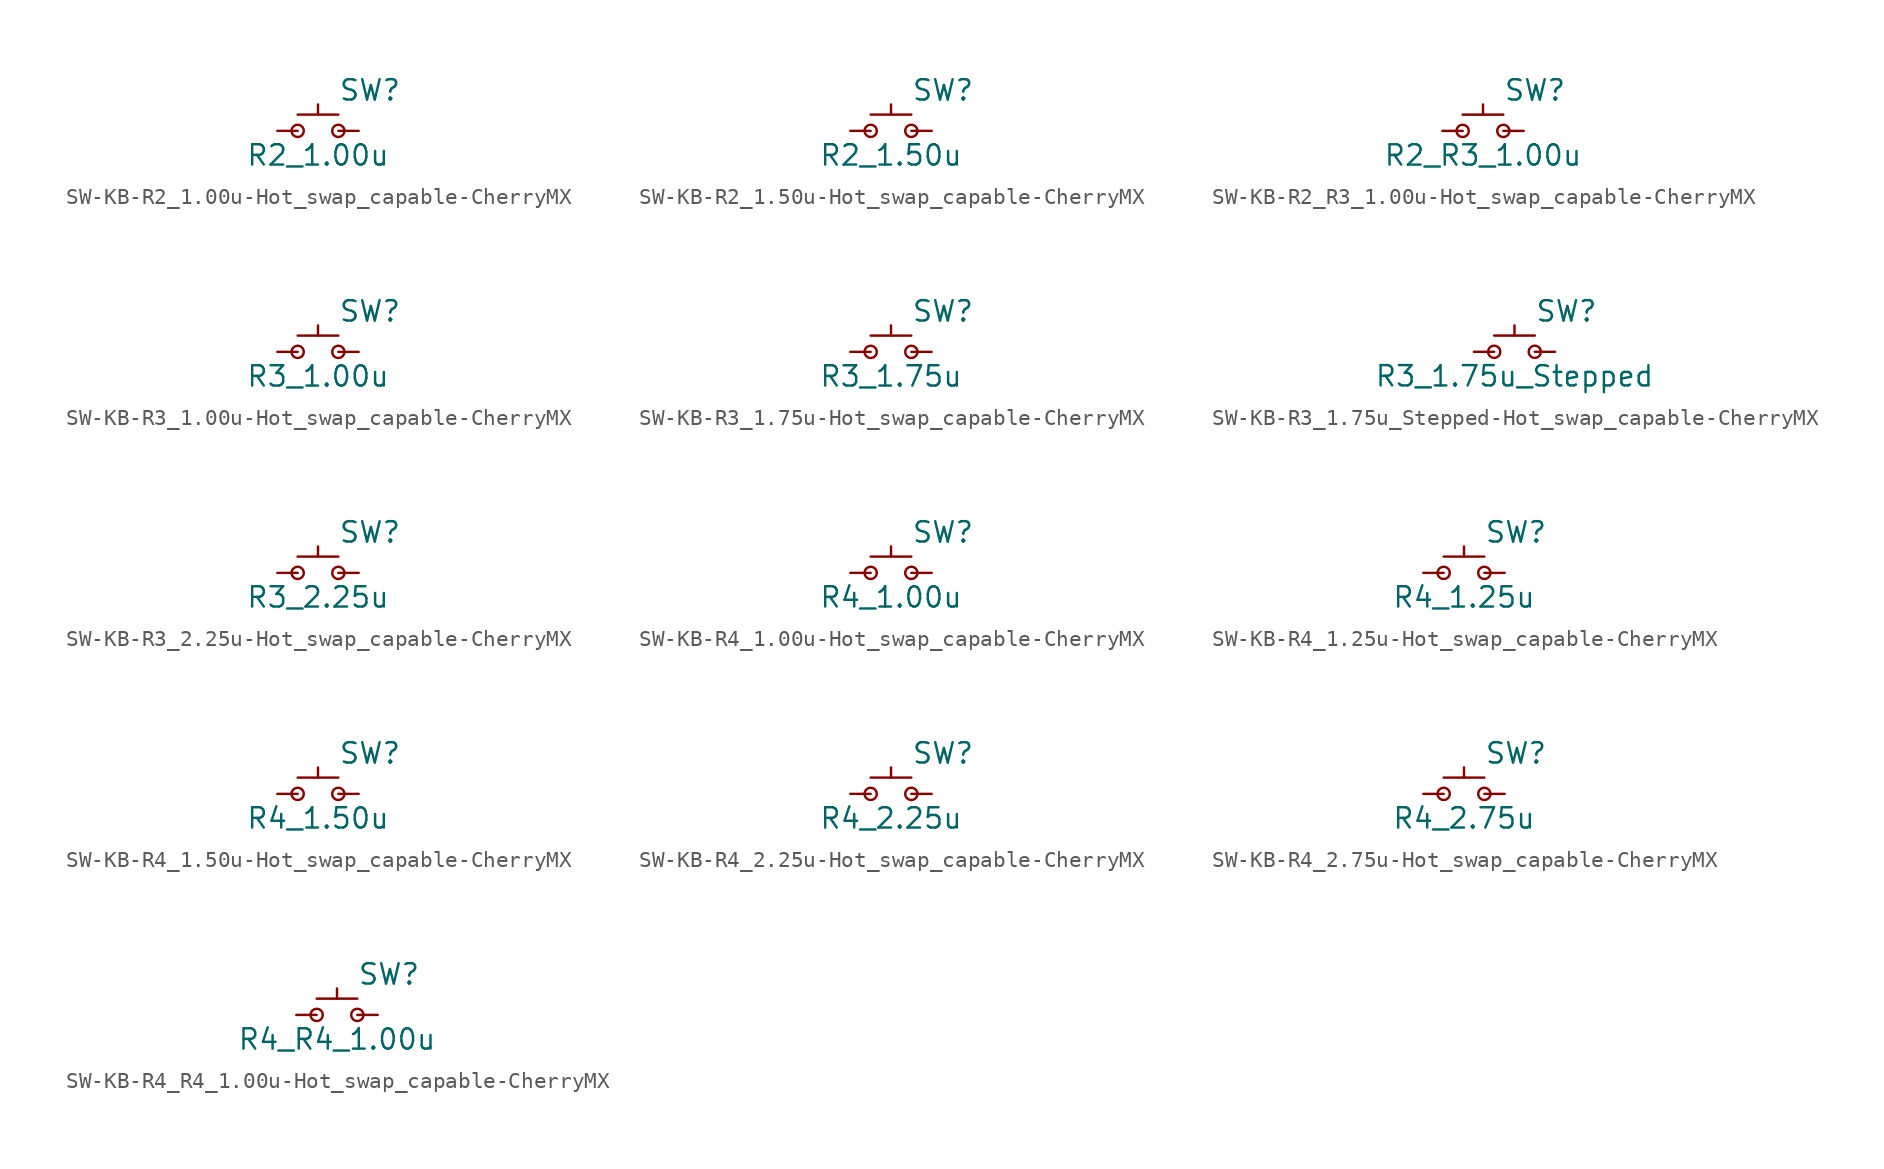
<source format=kicad_sym>
(kicad_symbol_lib
  (version 20241209)
  (generator "kicad_symbol_editor")
  (generator_version "9.0")
  (symbol "SW-KB-R2_1.00u-Hot_swap_capable-CherryMX"
    (pin_numbers
      (hide yes))
    (pin_names
      (offset 1.016)
      (hide yes))
    (property "Reference" "SW"
      (at 1.27 2.54 0)
      (effects (font (size 1.27 1.27)) (justify left)))
    (property "Value" "R2_1.00u"
      (at 0 -1.524 0)
      (effects (font (size 1.27 1.27))))
    (symbol "SW-KB-R2_1.00u-Hot_swap_capable-CherryMX_0_1"
      (circle (center -1.27 0) (radius 0.381) (stroke (width 0) (type default)) (fill (type none)))
      (polyline (pts (xy 0 1.016) (xy 0 1.651)) (stroke (width 0) (type default)) (fill (type none)))
      (polyline (pts (xy 1.27 1.016) (xy -1.27 1.016)) (stroke (width 0) (type default)) (fill (type none)))
      (circle (center 1.27 0) (radius 0.381) (stroke (width 0) (type default)) (fill (type none)))
      (pin passive line (at -2.54 0 0) (length 1.27) (name "1" (effects (font (size 1.27 1.27)))) (number "1" (effects (font (size 1.27 1.27)))))
      (pin passive line (at 2.54 0 180) (length 1.27) (name "2" (effects (font (size 1.27 1.27)))) (number "2" (effects (font (size 1.27 1.27)))))))
  (symbol "SW-KB-R2_1.50u-Hot_swap_capable-CherryMX"
    (pin_numbers
      (hide yes))
    (pin_names
      (offset 1.016)
      (hide yes))
    (property "Reference" "SW"
      (at 1.27 2.54 0)
      (effects (font (size 1.27 1.27)) (justify left)))
    (property "Value" "R2_1.50u"
      (at 0 -1.524 0)
      (effects (font (size 1.27 1.27))))
    (symbol "SW-KB-R2_1.50u-Hot_swap_capable-CherryMX_0_1"
      (circle (center -1.27 0) (radius 0.381) (stroke (width 0) (type default)) (fill (type none)))
      (polyline (pts (xy 0 1.016) (xy 0 1.651)) (stroke (width 0) (type default)) (fill (type none)))
      (polyline (pts (xy 1.27 1.016) (xy -1.27 1.016)) (stroke (width 0) (type default)) (fill (type none)))
      (circle (center 1.27 0) (radius 0.381) (stroke (width 0) (type default)) (fill (type none)))
      (pin passive line (at -2.54 0 0) (length 1.27) (name "1" (effects (font (size 1.27 1.27)))) (number "1" (effects (font (size 1.27 1.27)))))
      (pin passive line (at 2.54 0 180) (length 1.27) (name "2" (effects (font (size 1.27 1.27)))) (number "2" (effects (font (size 1.27 1.27)))))))
  (symbol "SW-KB-R2_R3_1.00u-Hot_swap_capable-CherryMX"
    (pin_numbers
      (hide yes))
    (pin_names
      (offset 1.016)
      (hide yes))
    (property "Reference" "SW"
      (at 1.27 2.54 0)
      (effects (font (size 1.27 1.27)) (justify left)))
    (property "Value" "R2_R3_1.00u"
      (at 0 -1.524 0)
      (effects (font (size 1.27 1.27))))
    (symbol "SW-KB-R2_R3_1.00u-Hot_swap_capable-CherryMX_0_1"
      (circle (center -1.27 0) (radius 0.381) (stroke (width 0) (type default)) (fill (type none)))
      (polyline (pts (xy 0 1.016) (xy 0 1.651)) (stroke (width 0) (type default)) (fill (type none)))
      (polyline (pts (xy 1.27 1.016) (xy -1.27 1.016)) (stroke (width 0) (type default)) (fill (type none)))
      (circle (center 1.27 0) (radius 0.381) (stroke (width 0) (type default)) (fill (type none)))
      (pin passive line (at -2.54 0 0) (length 1.27) (name "1" (effects (font (size 1.27 1.27)))) (number "1" (effects (font (size 1.27 1.27)))))
      (pin passive line (at 2.54 0 180) (length 1.27) (name "2" (effects (font (size 1.27 1.27)))) (number "2" (effects (font (size 1.27 1.27)))))))
  (symbol "SW-KB-R3_1.00u-Hot_swap_capable-CherryMX"
    (pin_numbers
      (hide yes))
    (pin_names
      (offset 1.016)
      (hide yes))
    (property "Reference" "SW"
      (at 1.27 2.54 0)
      (effects (font (size 1.27 1.27)) (justify left)))
    (property "Value" "R3_1.00u"
      (at 0 -1.524 0)
      (effects (font (size 1.27 1.27))))
    (symbol "SW-KB-R3_1.00u-Hot_swap_capable-CherryMX_0_1"
      (circle (center -1.27 0) (radius 0.381) (stroke (width 0) (type default)) (fill (type none)))
      (polyline (pts (xy 0 1.016) (xy 0 1.651)) (stroke (width 0) (type default)) (fill (type none)))
      (polyline (pts (xy 1.27 1.016) (xy -1.27 1.016)) (stroke (width 0) (type default)) (fill (type none)))
      (circle (center 1.27 0) (radius 0.381) (stroke (width 0) (type default)) (fill (type none)))
      (pin passive line (at -2.54 0 0) (length 1.27) (name "1" (effects (font (size 1.27 1.27)))) (number "1" (effects (font (size 1.27 1.27)))))
      (pin passive line (at 2.54 0 180) (length 1.27) (name "2" (effects (font (size 1.27 1.27)))) (number "2" (effects (font (size 1.27 1.27)))))))
  (symbol "SW-KB-R3_1.75u-Hot_swap_capable-CherryMX"
    (pin_numbers
      (hide yes))
    (pin_names
      (offset 1.016)
      (hide yes))
    (property "Reference" "SW"
      (at 1.27 2.54 0)
      (effects (font (size 1.27 1.27)) (justify left)))
    (property "Value" "R3_1.75u"
      (at 0 -1.524 0)
      (effects (font (size 1.27 1.27))))
    (symbol "SW-KB-R3_1.75u-Hot_swap_capable-CherryMX_0_1"
      (circle (center -1.27 0) (radius 0.381) (stroke (width 0) (type default)) (fill (type none)))
      (polyline (pts (xy 0 1.016) (xy 0 1.651)) (stroke (width 0) (type default)) (fill (type none)))
      (polyline (pts (xy 1.27 1.016) (xy -1.27 1.016)) (stroke (width 0) (type default)) (fill (type none)))
      (circle (center 1.27 0) (radius 0.381) (stroke (width 0) (type default)) (fill (type none)))
      (pin passive line (at -2.54 0 0) (length 1.27) (name "1" (effects (font (size 1.27 1.27)))) (number "1" (effects (font (size 1.27 1.27)))))
      (pin passive line (at 2.54 0 180) (length 1.27) (name "2" (effects (font (size 1.27 1.27)))) (number "2" (effects (font (size 1.27 1.27)))))))
  (symbol "SW-KB-R3_1.75u_Stepped-Hot_swap_capable-CherryMX"
    (pin_numbers
      (hide yes))
    (pin_names
      (offset 1.016)
      (hide yes))
    (property "Reference" "SW"
      (at 1.27 2.54 0)
      (effects (font (size 1.27 1.27)) (justify left)))
    (property "Value" "R3_1.75u_Stepped"
      (at 0 -1.524 0)
      (effects (font (size 1.27 1.27))))
    (symbol "SW-KB-R3_1.75u_Stepped-Hot_swap_capable-CherryMX_0_1"
      (circle (center -1.27 0) (radius 0.381) (stroke (width 0) (type default)) (fill (type none)))
      (polyline (pts (xy 0 1.016) (xy 0 1.651)) (stroke (width 0) (type default)) (fill (type none)))
      (polyline (pts (xy 1.27 1.016) (xy -1.27 1.016)) (stroke (width 0) (type default)) (fill (type none)))
      (circle (center 1.27 0) (radius 0.381) (stroke (width 0) (type default)) (fill (type none)))
      (pin passive line (at -2.54 0 0) (length 1.27) (name "1" (effects (font (size 1.27 1.27)))) (number "1" (effects (font (size 1.27 1.27)))))
      (pin passive line (at 2.54 0 180) (length 1.27) (name "2" (effects (font (size 1.27 1.27)))) (number "2" (effects (font (size 1.27 1.27)))))))
  (symbol "SW-KB-R3_2.25u-Hot_swap_capable-CherryMX"
    (pin_numbers
      (hide yes))
    (pin_names
      (offset 1.016)
      (hide yes))
    (property "Reference" "SW"
      (at 1.27 2.54 0)
      (effects (font (size 1.27 1.27)) (justify left)))
    (property "Value" "R3_2.25u"
      (at 0 -1.524 0)
      (effects (font (size 1.27 1.27))))
    (symbol "SW-KB-R3_2.25u-Hot_swap_capable-CherryMX_0_1"
      (circle (center -1.27 0) (radius 0.381) (stroke (width 0) (type default)) (fill (type none)))
      (polyline (pts (xy 0 1.016) (xy 0 1.651)) (stroke (width 0) (type default)) (fill (type none)))
      (polyline (pts (xy 1.27 1.016) (xy -1.27 1.016)) (stroke (width 0) (type default)) (fill (type none)))
      (circle (center 1.27 0) (radius 0.381) (stroke (width 0) (type default)) (fill (type none)))
      (pin passive line (at -2.54 0 0) (length 1.27) (name "1" (effects (font (size 1.27 1.27)))) (number "1" (effects (font (size 1.27 1.27)))))
      (pin passive line (at 2.54 0 180) (length 1.27) (name "2" (effects (font (size 1.27 1.27)))) (number "2" (effects (font (size 1.27 1.27)))))))
  (symbol "SW-KB-R4_1.00u-Hot_swap_capable-CherryMX"
    (pin_numbers
      (hide yes))
    (pin_names
      (offset 1.016)
      (hide yes))
    (property "Reference" "SW"
      (at 1.27 2.54 0)
      (effects (font (size 1.27 1.27)) (justify left)))
    (property "Value" "R4_1.00u"
      (at 0 -1.524 0)
      (effects (font (size 1.27 1.27))))
    (symbol "SW-KB-R4_1.00u-Hot_swap_capable-CherryMX_0_1"
      (circle (center -1.27 0) (radius 0.381) (stroke (width 0) (type default)) (fill (type none)))
      (polyline (pts (xy 0 1.016) (xy 0 1.651)) (stroke (width 0) (type default)) (fill (type none)))
      (polyline (pts (xy 1.27 1.016) (xy -1.27 1.016)) (stroke (width 0) (type default)) (fill (type none)))
      (circle (center 1.27 0) (radius 0.381) (stroke (width 0) (type default)) (fill (type none)))
      (pin passive line (at -2.54 0 0) (length 1.27) (name "1" (effects (font (size 1.27 1.27)))) (number "1" (effects (font (size 1.27 1.27)))))
      (pin passive line (at 2.54 0 180) (length 1.27) (name "2" (effects (font (size 1.27 1.27)))) (number "2" (effects (font (size 1.27 1.27)))))))
  (symbol "SW-KB-R4_1.25u-Hot_swap_capable-CherryMX"
    (pin_numbers
      (hide yes))
    (pin_names
      (offset 1.016)
      (hide yes))
    (property "Reference" "SW"
      (at 1.27 2.54 0)
      (effects (font (size 1.27 1.27)) (justify left)))
    (property "Value" "R4_1.25u"
      (at 0 -1.524 0)
      (effects (font (size 1.27 1.27))))
    (symbol "SW-KB-R4_1.25u-Hot_swap_capable-CherryMX_0_1"
      (circle (center -1.27 0) (radius 0.381) (stroke (width 0) (type default)) (fill (type none)))
      (polyline (pts (xy 0 1.016) (xy 0 1.651)) (stroke (width 0) (type default)) (fill (type none)))
      (polyline (pts (xy 1.27 1.016) (xy -1.27 1.016)) (stroke (width 0) (type default)) (fill (type none)))
      (circle (center 1.27 0) (radius 0.381) (stroke (width 0) (type default)) (fill (type none)))
      (pin passive line (at -2.54 0 0) (length 1.27) (name "1" (effects (font (size 1.27 1.27)))) (number "1" (effects (font (size 1.27 1.27)))))
      (pin passive line (at 2.54 0 180) (length 1.27) (name "2" (effects (font (size 1.27 1.27)))) (number "2" (effects (font (size 1.27 1.27)))))))
  (symbol "SW-KB-R4_1.50u-Hot_swap_capable-CherryMX"
    (pin_numbers
      (hide yes))
    (pin_names
      (offset 1.016)
      (hide yes))
    (property "Reference" "SW"
      (at 1.27 2.54 0)
      (effects (font (size 1.27 1.27)) (justify left)))
    (property "Value" "R4_1.50u"
      (at 0 -1.524 0)
      (effects (font (size 1.27 1.27))))
    (symbol "SW-KB-R4_1.50u-Hot_swap_capable-CherryMX_0_1"
      (circle (center -1.27 0) (radius 0.381) (stroke (width 0) (type default)) (fill (type none)))
      (polyline (pts (xy 0 1.016) (xy 0 1.651)) (stroke (width 0) (type default)) (fill (type none)))
      (polyline (pts (xy 1.27 1.016) (xy -1.27 1.016)) (stroke (width 0) (type default)) (fill (type none)))
      (circle (center 1.27 0) (radius 0.381) (stroke (width 0) (type default)) (fill (type none)))
      (pin passive line (at -2.54 0 0) (length 1.27) (name "1" (effects (font (size 1.27 1.27)))) (number "1" (effects (font (size 1.27 1.27)))))
      (pin passive line (at 2.54 0 180) (length 1.27) (name "2" (effects (font (size 1.27 1.27)))) (number "2" (effects (font (size 1.27 1.27)))))))
  (symbol "SW-KB-R4_2.25u-Hot_swap_capable-CherryMX"
    (pin_numbers
      (hide yes))
    (pin_names
      (offset 1.016)
      (hide yes))
    (property "Reference" "SW"
      (at 1.27 2.54 0)
      (effects (font (size 1.27 1.27)) (justify left)))
    (property "Value" "R4_2.25u"
      (at 0 -1.524 0)
      (effects (font (size 1.27 1.27))))
    (symbol "SW-KB-R4_2.25u-Hot_swap_capable-CherryMX_0_1"
      (circle (center -1.27 0) (radius 0.381) (stroke (width 0) (type default)) (fill (type none)))
      (polyline (pts (xy 0 1.016) (xy 0 1.651)) (stroke (width 0) (type default)) (fill (type none)))
      (polyline (pts (xy 1.27 1.016) (xy -1.27 1.016)) (stroke (width 0) (type default)) (fill (type none)))
      (circle (center 1.27 0) (radius 0.381) (stroke (width 0) (type default)) (fill (type none)))
      (pin passive line (at -2.54 0 0) (length 1.27) (name "1" (effects (font (size 1.27 1.27)))) (number "1" (effects (font (size 1.27 1.27)))))
      (pin passive line (at 2.54 0 180) (length 1.27) (name "2" (effects (font (size 1.27 1.27)))) (number "2" (effects (font (size 1.27 1.27)))))))
  (symbol "SW-KB-R4_2.75u-Hot_swap_capable-CherryMX"
    (pin_numbers
      (hide yes))
    (pin_names
      (offset 1.016)
      (hide yes))
    (property "Reference" "SW"
      (at 1.27 2.54 0)
      (effects (font (size 1.27 1.27)) (justify left)))
    (property "Value" "R4_2.75u"
      (at 0 -1.524 0)
      (effects (font (size 1.27 1.27))))
    (symbol "SW-KB-R4_2.75u-Hot_swap_capable-CherryMX_0_1"
      (circle (center -1.27 0) (radius 0.381) (stroke (width 0) (type default)) (fill (type none)))
      (polyline (pts (xy 0 1.016) (xy 0 1.651)) (stroke (width 0) (type default)) (fill (type none)))
      (polyline (pts (xy 1.27 1.016) (xy -1.27 1.016)) (stroke (width 0) (type default)) (fill (type none)))
      (circle (center 1.27 0) (radius 0.381) (stroke (width 0) (type default)) (fill (type none)))
      (pin passive line (at -2.54 0 0) (length 1.27) (name "1" (effects (font (size 1.27 1.27)))) (number "1" (effects (font (size 1.27 1.27)))))
      (pin passive line (at 2.54 0 180) (length 1.27) (name "2" (effects (font (size 1.27 1.27)))) (number "2" (effects (font (size 1.27 1.27)))))))
  (symbol "SW-KB-R4_R4_1.00u-Hot_swap_capable-CherryMX"
    (pin_numbers
      (hide yes))
    (pin_names
      (offset 1.016)
      (hide yes))
    (property "Reference" "SW"
      (at 1.27 2.54 0)
      (effects (font (size 1.27 1.27)) (justify left)))
    (property "Value" "R4_R4_1.00u"
      (at 0 -1.524 0)
      (effects (font (size 1.27 1.27))))
    (symbol "SW-KB-R4_R4_1.00u-Hot_swap_capable-CherryMX_0_1"
      (circle (center -1.27 0) (radius 0.381) (stroke (width 0) (type default)) (fill (type none)))
      (polyline (pts (xy 0 1.016) (xy 0 1.651)) (stroke (width 0) (type default)) (fill (type none)))
      (polyline (pts (xy 1.27 1.016) (xy -1.27 1.016)) (stroke (width 0) (type default)) (fill (type none)))
      (circle (center 1.27 0) (radius 0.381) (stroke (width 0) (type default)) (fill (type none)))
      (pin passive line (at -2.54 0 0) (length 1.27) (name "1" (effects (font (size 1.27 1.27)))) (number "1" (effects (font (size 1.27 1.27)))))
      (pin passive line (at 2.54 0 180) (length 1.27) (name "2" (effects (font (size 1.27 1.27)))) (number "2" (effects (font (size 1.27 1.27))))))))
</source>
